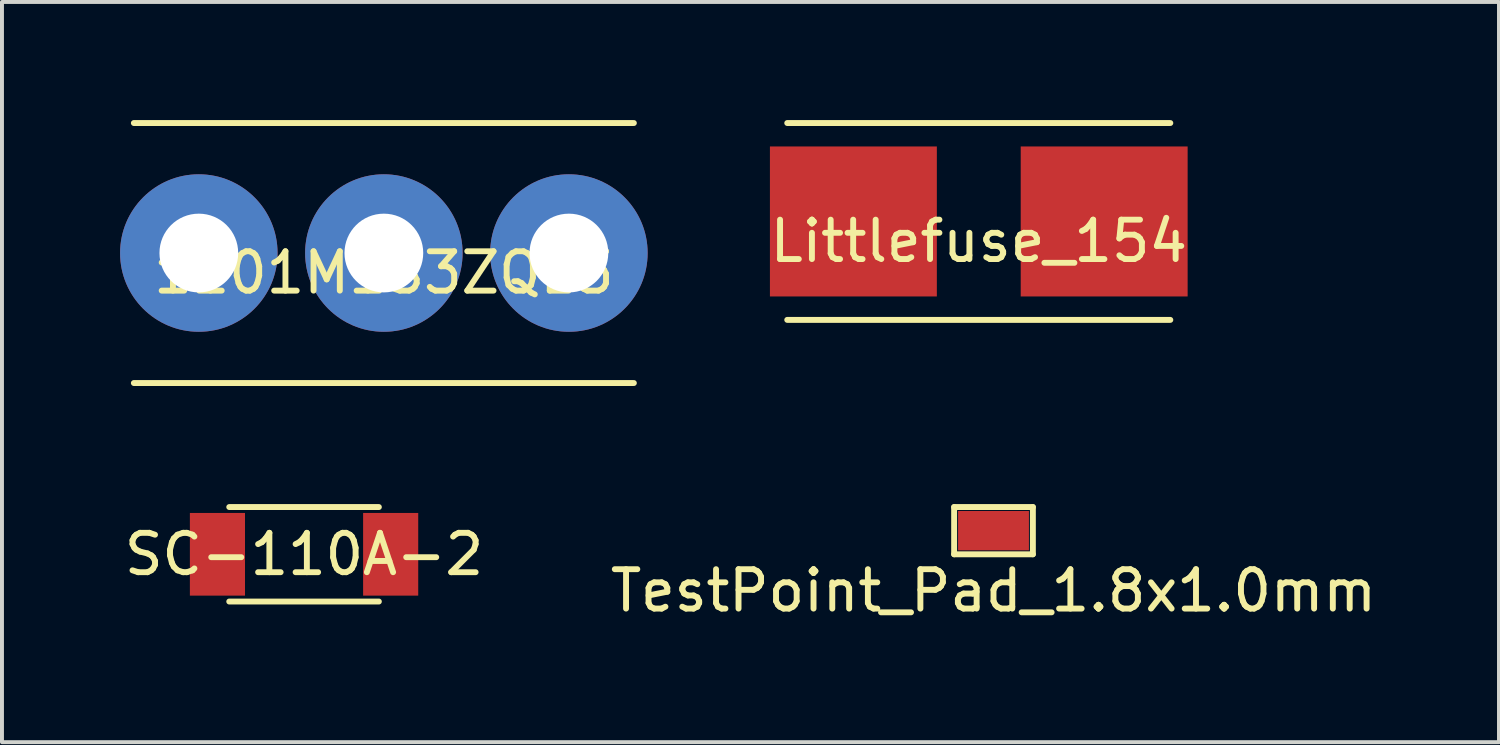
<source format=kicad_pcb>
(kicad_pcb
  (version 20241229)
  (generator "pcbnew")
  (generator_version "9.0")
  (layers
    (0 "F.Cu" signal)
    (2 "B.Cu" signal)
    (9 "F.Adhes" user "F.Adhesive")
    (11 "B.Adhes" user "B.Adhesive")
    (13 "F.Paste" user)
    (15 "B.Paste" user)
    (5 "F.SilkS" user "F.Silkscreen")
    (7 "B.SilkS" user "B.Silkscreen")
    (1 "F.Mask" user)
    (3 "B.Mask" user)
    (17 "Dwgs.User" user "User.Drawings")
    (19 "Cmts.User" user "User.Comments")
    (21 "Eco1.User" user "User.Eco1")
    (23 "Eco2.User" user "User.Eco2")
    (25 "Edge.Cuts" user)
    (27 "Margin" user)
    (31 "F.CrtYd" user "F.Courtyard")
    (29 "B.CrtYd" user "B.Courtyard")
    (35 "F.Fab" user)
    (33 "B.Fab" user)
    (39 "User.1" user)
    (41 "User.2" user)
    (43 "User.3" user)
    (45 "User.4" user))
  (footprint "TestPoint_Pad_1.8x1.0mm"
    (layer "F.Cu")
    (at 22.185 10.429)
    (property "Reference" "TestPoint_Pad_1.8x1.0mm" (at 0 1.524 0) (layer "F.SilkS") (effects (font (size 1 1) (thickness 0.15))))
    (attr through_hole)
    (fp_line (start -1 -0.6) (end -1 0.6) (stroke (width 0.15) (type solid)) (layer "F.SilkS"))
    (fp_line (start -1 0.6) (end 1 0.6) (stroke (width 0.15) (type solid)) (layer "F.SilkS"))
    (fp_line (start 1 -0.6) (end -1 -0.6) (stroke (width 0.15) (type solid)) (layer "F.SilkS"))
    (fp_line (start 1 0.6) (end 1 -0.6) (stroke (width 0.15) (type solid)) (layer "F.SilkS"))
    (pad "1" smd rect (at 0 0) (size 1.8 1) (layers "F.Cu" "F.Mask" "F.Paste")))
  (footprint "SC-110A-2"
    (layer "F.Cu")
    (at 4.673 11.029)
    (property "Reference" "SC-110A-2" (at 0 0 0) (layer "F.SilkS") (effects (font (size 1 1) (thickness 0.15))))
    (attr smd)
    (fp_line (start 1.9 -1.2) (end -1.9 -1.2) (stroke (width 0.15) (type solid)) (layer "F.SilkS"))
    (fp_line (start 1.9 1.2) (end -1.9 1.2) (stroke (width 0.15) (type solid)) (layer "F.SilkS"))
    (pad "1" smd rect (at -2.2 0) (size 1.4 2.1) (layers "F.Cu" "F.Mask" "F.Paste"))
    (pad "2" smd rect (at 2.2 0) (size 1.4 2.1) (layers "F.Cu" "F.Mask" "F.Paste")))
  (footprint "1101M1S3ZQE3"
    (layer "F.Cu")
    (at 6.7 3.377)
    (property "Reference" "1101M1S3ZQE3" (at 0 0.5 0) (layer "F.SilkS") (effects (font (size 1 1) (thickness 0.15))))
    (attr through_hole)
    (fp_line (start -6.35 -3.302) (end 6.35 -3.302) (stroke (width 0.15) (type solid)) (layer "F.SilkS"))
    (fp_line (start 6.35 3.302) (end -6.35 3.302) (stroke (width 0.15) (type solid)) (layer "F.SilkS"))
    (pad "1" thru_hole circle (at -4.7 0) (size 4 4) (drill 2) (layers "*.Cu" "*.Mask"))
    (pad "2" thru_hole circle (at 0 0) (size 4 4) (drill 2) (layers "*.Cu" "*.Mask"))
    (pad "3" thru_hole circle (at 4.7 0) (size 4 4) (drill 2) (layers "*.Cu" "*.Mask")))
  (footprint "Littlefuse_154"
    (layer "F.Cu")
    (at 21.811 2.575)
    (property "Reference" "Littlefuse_154" (at 0 0.5 0) (layer "F.SilkS") (effects (font (size 1 1) (thickness 0.15))))
    (attr through_hole)
    (fp_line (start -4.865 -2.5) (end 4.865 -2.5) (stroke (width 0.15) (type solid)) (layer "F.SilkS"))
    (fp_line (start -4.865 2.5) (end 4.865 2.5) (stroke (width 0.15) (type solid)) (layer "F.SilkS"))
    (pad "1" smd rect (at -3.185 0) (size 4.24 3.81) (layers "F.Cu" "F.Mask" "F.Paste"))
    (pad "2" smd rect (at 3.185 0) (size 4.24 3.81) (layers "F.Cu" "F.Mask" "F.Paste")))
  (gr_rect
    (start -3 -3)
    (end 35.024 15.801)
    (stroke (width 0.1) (type default))
    (fill no)
    (layer "Edge.Cuts")))
</source>
